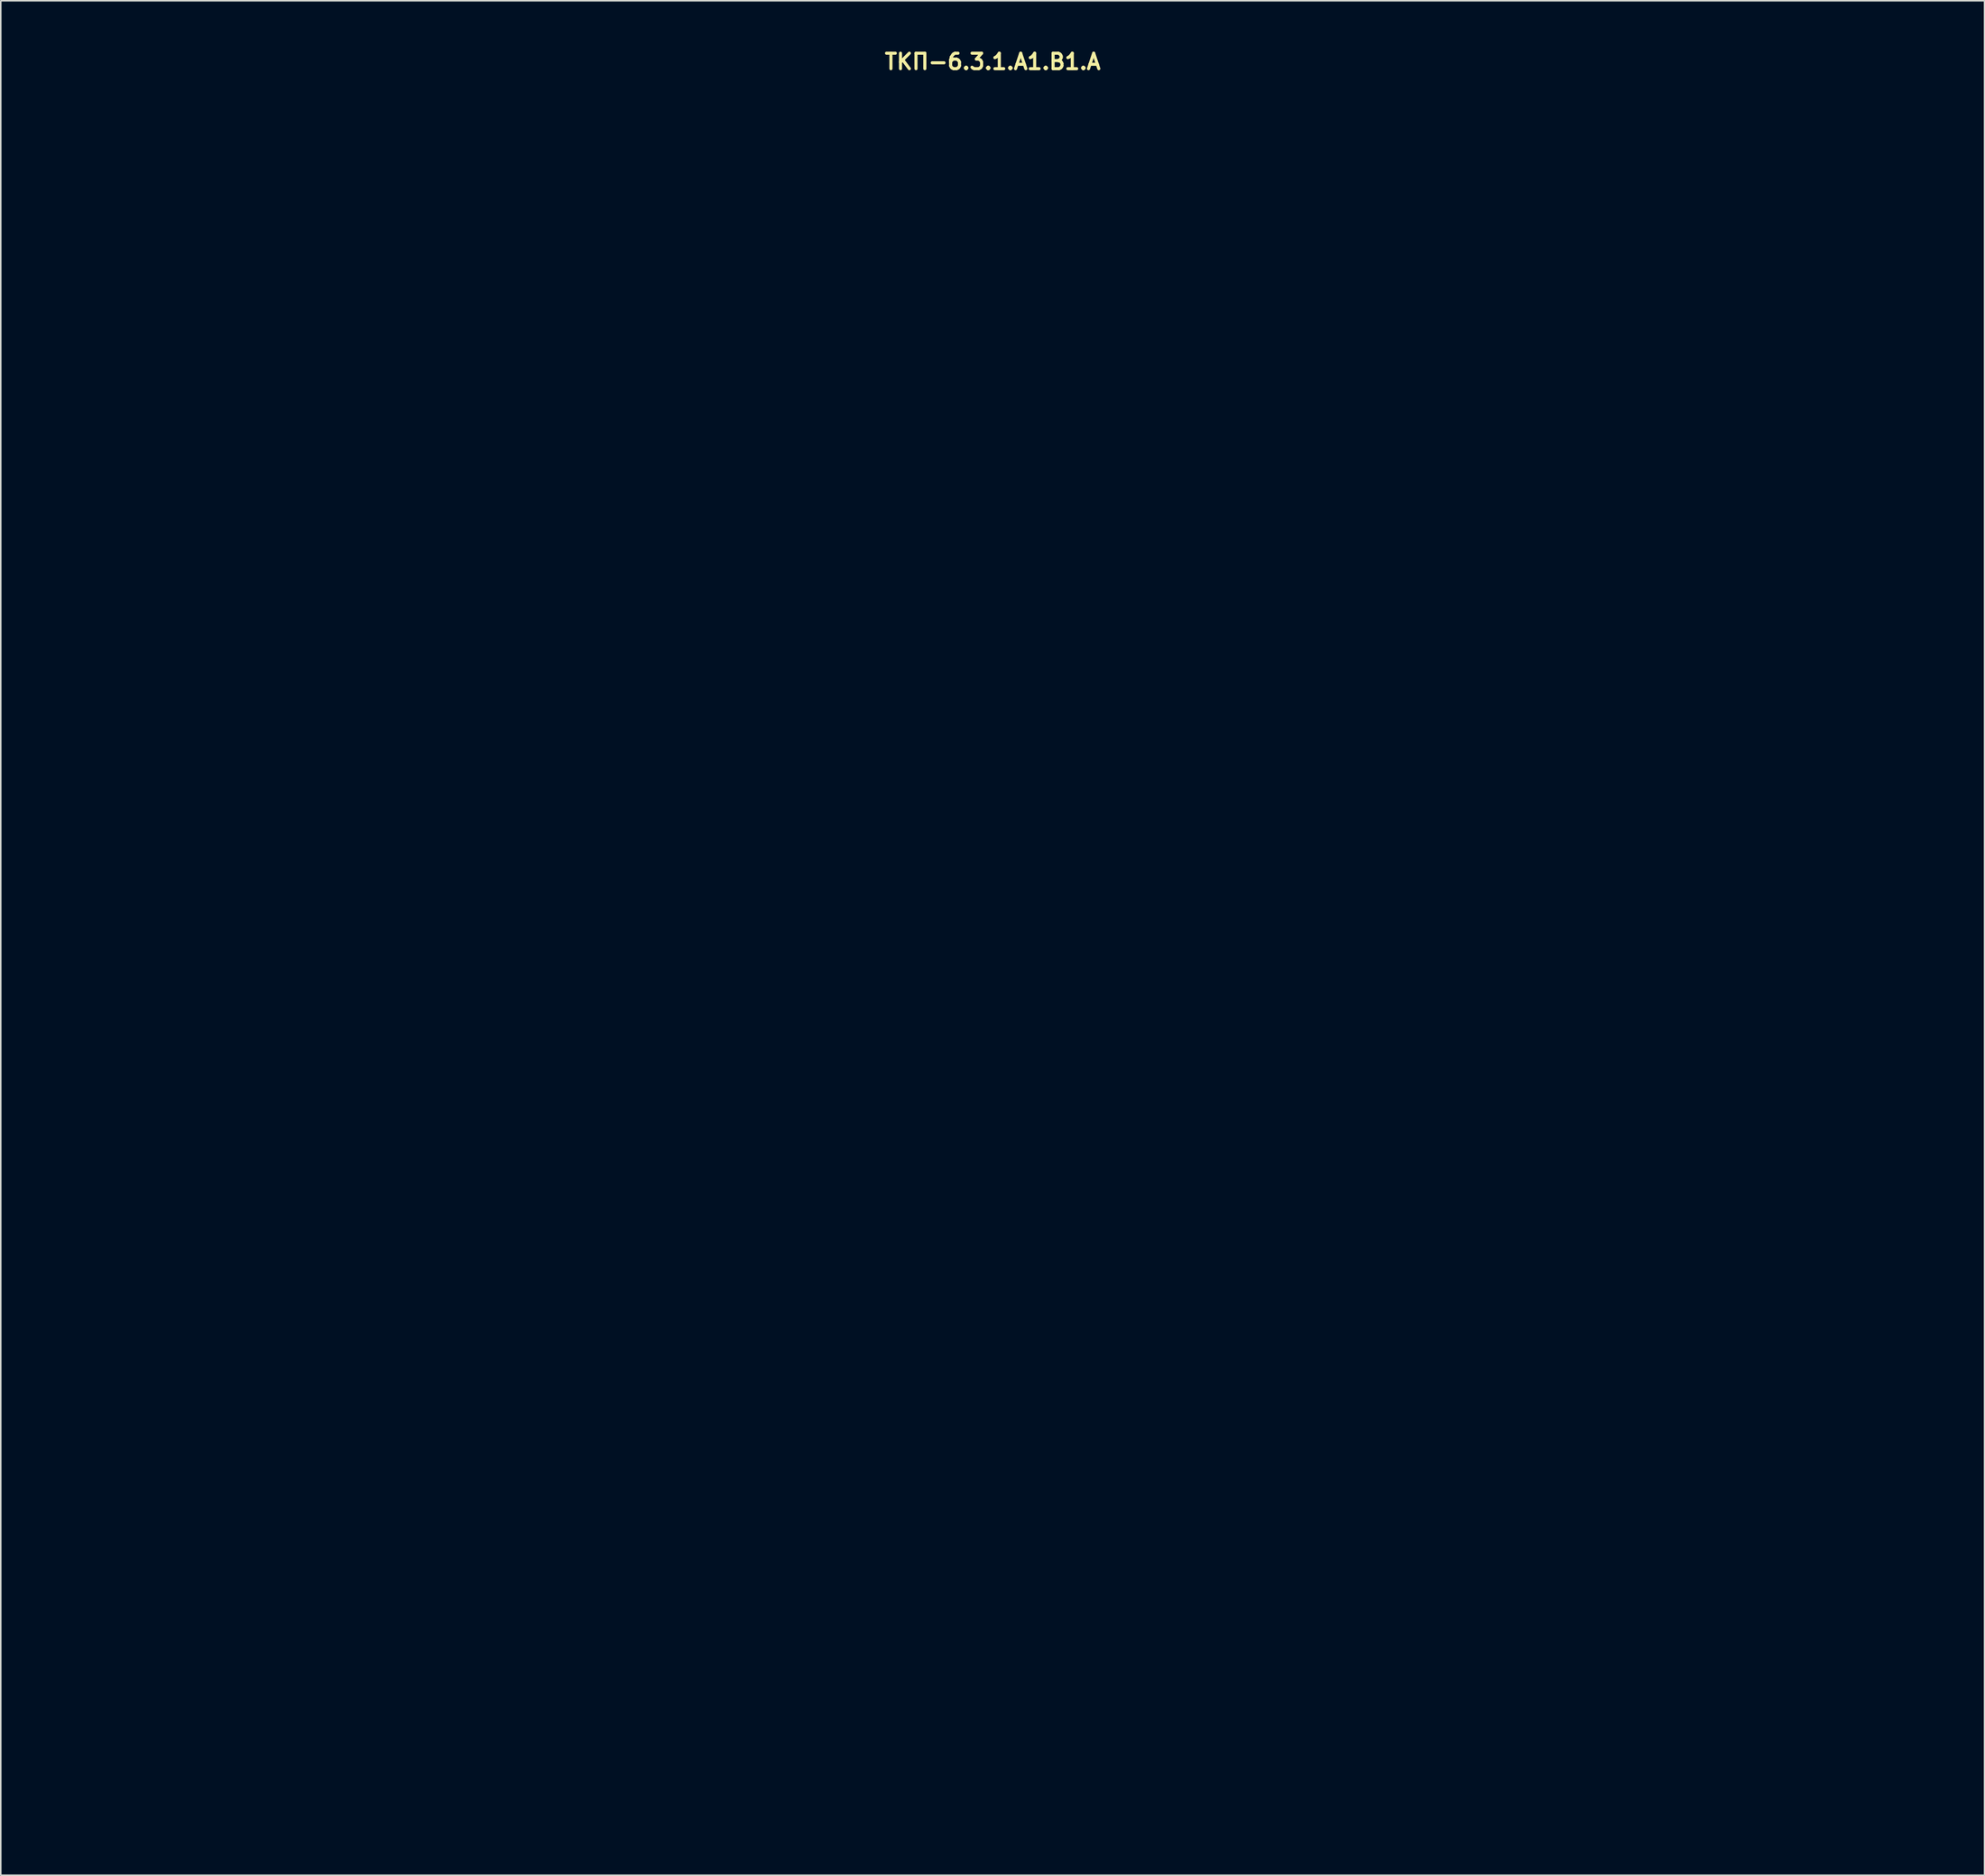
<source format=kicad_pcb>
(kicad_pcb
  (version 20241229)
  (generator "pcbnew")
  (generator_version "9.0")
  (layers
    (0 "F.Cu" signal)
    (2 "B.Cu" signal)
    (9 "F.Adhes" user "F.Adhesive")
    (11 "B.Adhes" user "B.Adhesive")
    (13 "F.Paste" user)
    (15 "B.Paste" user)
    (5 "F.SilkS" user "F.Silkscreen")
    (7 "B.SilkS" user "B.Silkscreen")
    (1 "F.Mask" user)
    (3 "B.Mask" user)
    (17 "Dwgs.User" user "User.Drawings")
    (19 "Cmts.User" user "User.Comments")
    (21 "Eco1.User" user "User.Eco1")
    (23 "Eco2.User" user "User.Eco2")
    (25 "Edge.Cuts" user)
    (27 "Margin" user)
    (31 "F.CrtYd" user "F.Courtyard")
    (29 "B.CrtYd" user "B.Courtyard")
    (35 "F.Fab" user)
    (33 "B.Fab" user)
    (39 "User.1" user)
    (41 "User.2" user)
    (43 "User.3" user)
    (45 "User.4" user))
  (footprint "ТКП-6.3.1.A1.B1.A"
    (layer "F.Cu")
    (at 61.07 58.34)
    (property "Reference" "ТКП-6.3.1.A1.B1.A" (at 0 -57.404 0) (layer "F.SilkS") (effects (font (size 1 1) (thickness 0.2))))
    (attr through_hole)
    (fp_line (start -60.87 -54.58) (end -60.87 54.58) (stroke (width 0.4) (type solid)) (layer "Eco2.User"))
    (fp_line (start -60.87 -54.58) (end -58.87 -54.58) (stroke (width 0.4) (type solid)) (layer "Eco2.User"))
    (fp_line (start -60.87 54.58) (end -58.87 54.58) (stroke (width 0.4) (type solid)) (layer "Eco2.User"))
    (fp_line (start -58.87 -56.58) (end -58.87 -54.58) (stroke (width 0.4) (type solid)) (layer "Eco2.User"))
    (fp_line (start -58.87 -56.58) (end -32.57 -56.58) (stroke (width 0.4) (type solid)) (layer "Eco2.User"))
    (fp_line (start -58.87 54.58) (end -58.87 56.58) (stroke (width 0.4) (type solid)) (layer "Eco2.User"))
    (fp_line (start -58.87 56.58) (end -32.57 56.58) (stroke (width 0.4) (type solid)) (layer "Eco2.User"))
    (fp_line (start -31.97 -56.58) (end -31.97 56.58) (stroke (width 0.4) (type solid)) (layer "Eco2.User"))
    (fp_line (start -31.97 -56.58) (end -30.97 -56.58) (stroke (width 0.4) (type solid)) (layer "Eco2.User"))
    (fp_line (start -31.97 56.58) (end -30.97 56.58) (stroke (width 0.4) (type solid)) (layer "Eco2.User"))
    (fp_line (start -30.97 -56.58) (end -30.97 56.58) (stroke (width 0.4) (type solid)) (layer "Eco2.User"))
    (fp_line (start -30.97 -54.58) (end -29.97 -54.58) (stroke (width 0.4) (type solid)) (layer "Eco2.User"))
    (fp_line (start -30.97 54.58) (end -29.97 54.58) (stroke (width 0.4) (type solid)) (layer "Eco2.User"))
    (fp_line (start -30.77 -56.58) (end -30.77 -55.58) (stroke (width 0.4) (type solid)) (layer "Eco2.User"))
    (fp_line (start -30.77 -56.58) (end 30.77 -56.58) (stroke (width 0.4) (type solid)) (layer "Eco2.User"))
    (fp_line (start -30.77 -55.58) (end 30.77 -55.58) (stroke (width 0.4) (type solid)) (layer "Eco2.User"))
    (fp_line (start -30.77 55.58) (end -30.77 56.58) (stroke (width 0.4) (type solid)) (layer "Eco2.User"))
    (fp_line (start -30.77 55.58) (end 30.77 55.58) (stroke (width 0.4) (type solid)) (layer "Eco2.User"))
    (fp_line (start -30.77 56.58) (end 30.77 56.58) (stroke (width 0.4) (type solid)) (layer "Eco2.User"))
    (fp_line (start -29.97 -55.58) (end -29.97 -54.58) (stroke (width 0.4) (type solid)) (layer "Eco2.User"))
    (fp_line (start -29.97 54.58) (end -29.97 55.58) (stroke (width 0.4) (type solid)) (layer "Eco2.User"))
    (fp_line (start -29.12 -55.58) (end -29.12 -54.08) (stroke (width 0.4) (type solid)) (layer "Eco2.User"))
    (fp_line (start -29.12 -54.08) (end -22.82 -54.08) (stroke (width 0.4) (type solid)) (layer "Eco2.User"))
    (fp_line (start -29.12 55.58) (end -29.12 54.08) (stroke (width 0.4) (type solid)) (layer "Eco2.User"))
    (fp_line (start -22.82 -55.58) (end -22.82 -54.08) (stroke (width 0.4) (type solid)) (layer "Eco2.User"))
    (fp_line (start -22.82 54.08) (end -29.12 54.08) (stroke (width 0.4) (type solid)) (layer "Eco2.User"))
    (fp_line (start -22.82 55.58) (end -22.82 54.08) (stroke (width 0.4) (type solid)) (layer "Eco2.User"))
    (fp_line (start -21.17 -56.58) (end -21.17 -55.58) (stroke (width 0.4) (type solid)) (layer "Eco2.User"))
    (fp_line (start -21.17 55.58) (end -21.17 56.58) (stroke (width 0.4) (type solid)) (layer "Eco2.User"))
    (fp_line (start 21.17 -56.58) (end 21.17 -55.58) (stroke (width 0.4) (type solid)) (layer "Eco2.User"))
    (fp_line (start 21.17 55.58) (end 21.17 56.58) (stroke (width 0.4) (type solid)) (layer "Eco2.User"))
    (fp_line (start 22.82 -55.58) (end 22.82 -54.08) (stroke (width 0.4) (type solid)) (layer "Eco2.User"))
    (fp_line (start 22.82 -54.08) (end 29.12 -54.08) (stroke (width 0.4) (type solid)) (layer "Eco2.User"))
    (fp_line (start 22.82 55.58) (end 22.82 54.08) (stroke (width 0.4) (type solid)) (layer "Eco2.User"))
    (fp_line (start 29.12 -55.58) (end 29.12 -54.08) (stroke (width 0.4) (type solid)) (layer "Eco2.User"))
    (fp_line (start 29.12 54.08) (end 22.82 54.08) (stroke (width 0.4) (type solid)) (layer "Eco2.User"))
    (fp_line (start 29.12 55.58) (end 29.12 54.08) (stroke (width 0.4) (type solid)) (layer "Eco2.User"))
    (fp_line (start 29.97 -55.58) (end 29.97 -54.58) (stroke (width 0.4) (type solid)) (layer "Eco2.User"))
    (fp_line (start 29.97 -54.58) (end 30.97 -54.58) (stroke (width 0.4) (type solid)) (layer "Eco2.User"))
    (fp_line (start 29.97 54.58) (end 29.97 55.58) (stroke (width 0.4) (type solid)) (layer "Eco2.User"))
    (fp_line (start 29.97 54.58) (end 30.97 54.58) (stroke (width 0.4) (type solid)) (layer "Eco2.User"))
    (fp_line (start 30.77 -56.58) (end 30.77 -55.58) (stroke (width 0.4) (type solid)) (layer "Eco2.User"))
    (fp_line (start 30.77 55.58) (end 30.77 56.58) (stroke (width 0.4) (type solid)) (layer "Eco2.User"))
    (fp_line (start 30.97 -56.58) (end 30.97 56.58) (stroke (width 0.4) (type solid)) (layer "Eco2.User"))
    (fp_line (start 30.97 -56.58) (end 31.97 -56.58) (stroke (width 0.4) (type solid)) (layer "Eco2.User"))
    (fp_line (start 30.97 56.58) (end 31.97 56.58) (stroke (width 0.4) (type solid)) (layer "Eco2.User"))
    (fp_line (start 31.97 -56.58) (end 31.97 56.58) (stroke (width 0.4) (type solid)) (layer "Eco2.User"))
    (fp_line (start 32.57 -56.58) (end 58.87 -56.58) (stroke (width 0.4) (type solid)) (layer "Eco2.User"))
    (fp_line (start 32.57 56.58) (end 58.87 56.58) (stroke (width 0.4) (type solid)) (layer "Eco2.User"))
    (fp_line (start 58.87 -56.58) (end 58.87 -54.58) (stroke (width 0.4) (type solid)) (layer "Eco2.User"))
    (fp_line (start 58.87 -54.58) (end 60.87 -54.58) (stroke (width 0.4) (type solid)) (layer "Eco2.User"))
    (fp_line (start 58.87 54.58) (end 58.87 56.58) (stroke (width 0.4) (type solid)) (layer "Eco2.User"))
    (fp_line (start 58.87 54.58) (end 60.87 54.58) (stroke (width 0.4) (type solid)) (layer "Eco2.User"))
    (fp_line (start 60.87 -54.58) (end 60.87 54.58) (stroke (width 0.4) (type solid)) (layer "Eco2.User"))
    (fp_arc (start -60.87 -54.58) (mid -60.284214 -55.994214) (end -58.87 -56.58) (stroke (width 0.4) (type solid)) (layer "Eco2.User"))
    (fp_arc (start -59.87 -54.58) (mid -59.577107 -55.287107) (end -58.87 -55.58) (stroke (width 0.4) (type solid)) (layer "Eco2.User"))
    (fp_arc (start -58.87 55.58) (mid -59.577107 55.287107) (end -59.87 54.58) (stroke (width 0.4) (type solid)) (layer "Eco2.User"))
    (fp_arc (start -58.87 56.58) (mid -60.284214 55.994214) (end -60.87 54.58) (stroke (width 0.4) (type solid)) (layer "Eco2.User"))
    (fp_arc (start -32.57 -56.58) (mid -32.145736 -56.404264) (end -31.97 -55.98) (stroke (width 0.4) (type solid)) (layer "Eco2.User"))
    (fp_arc (start -31.97 55.98) (mid -32.145736 56.404264) (end -32.57 56.58) (stroke (width 0.4) (type solid)) (layer "Eco2.User"))
    (fp_arc (start 31.97 -55.98) (mid 32.145736 -56.404264) (end 32.57 -56.58) (stroke (width 0.4) (type solid)) (layer "Eco2.User"))
    (fp_arc (start 32.57 56.58) (mid 32.145736 56.404264) (end 31.97 55.98) (stroke (width 0.4) (type solid)) (layer "Eco2.User"))
    (fp_arc (start 58.87 -56.58) (mid 60.284214 -55.994214) (end 60.87 -54.58) (stroke (width 0.4) (type solid)) (layer "Eco2.User"))
    (fp_arc (start 58.87 -55.58) (mid 59.577107 -55.287107) (end 59.87 -54.58) (stroke (width 0.4) (type solid)) (layer "Eco2.User"))
    (fp_arc (start 59.87 54.58) (mid 59.577107 55.287107) (end 58.87 55.58) (stroke (width 0.4) (type solid)) (layer "Eco2.User"))
    (fp_arc (start 60.87 54.58) (mid 60.284214 55.994214) (end 58.87 56.58) (stroke (width 0.4) (type solid)) (layer "Eco2.User"))
    (fp_circle (center -43.57 26.67) (end -37.57 26.67) (stroke (width 0.4) (type solid)) (fill no) (layer "Eco2.User"))
    (fp_circle (center 43.57 26.67) (end 49.57 26.67) (stroke (width 0.4) (type solid)) (fill no) (layer "Eco2.User")))
  (gr_rect
    (start -3 -3)
    (end 125.14 118.12)
    (stroke (width 0.1) (type default))
    (fill no)
    (layer "Edge.Cuts")))
</source>
